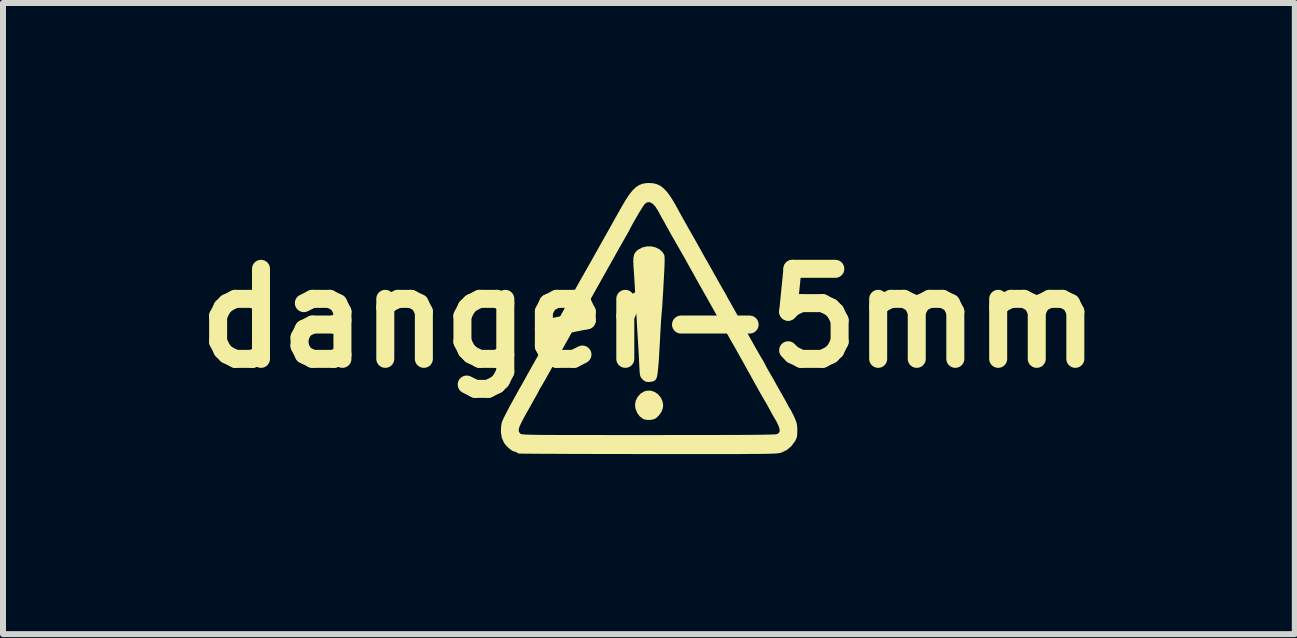
<source format=kicad_pcb>
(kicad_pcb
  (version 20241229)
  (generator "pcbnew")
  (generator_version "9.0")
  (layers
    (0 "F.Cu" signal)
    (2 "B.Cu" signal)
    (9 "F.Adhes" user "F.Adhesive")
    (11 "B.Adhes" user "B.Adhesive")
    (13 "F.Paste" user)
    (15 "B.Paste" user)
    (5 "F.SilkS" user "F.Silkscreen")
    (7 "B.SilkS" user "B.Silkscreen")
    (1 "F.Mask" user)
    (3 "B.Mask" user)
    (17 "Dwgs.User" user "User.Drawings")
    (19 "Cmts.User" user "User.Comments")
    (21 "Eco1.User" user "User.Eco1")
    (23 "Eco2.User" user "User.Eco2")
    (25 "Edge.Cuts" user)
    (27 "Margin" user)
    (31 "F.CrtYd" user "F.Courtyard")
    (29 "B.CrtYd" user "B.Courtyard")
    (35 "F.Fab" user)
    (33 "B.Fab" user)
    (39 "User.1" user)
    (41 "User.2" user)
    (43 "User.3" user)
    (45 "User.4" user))
  (footprint "danger-5mm"
    (layer "F.Cu")
    (at 7.764 2.252)
    (property "Reference" "danger-5mm" (at 0 0 0) (layer "F.SilkS") (effects (font (size 1.5 1.5) (thickness 0.3))))
    (attr board_only exclude_from_pos_files exclude_from_bom)
    (fp_poly (pts (xy 0.096 1.23) (xy 0.153 1.269) (xy 0.198 1.323) (xy 0.228 1.387) (xy 0.238 1.456) (xy 0.231 1.506) (xy 0.207 1.566) (xy 0.167 1.622) (xy 0.119 1.666) (xy 0.094 1.681) (xy 0.04 1.695) (xy -0.022 1.697) (xy -0.078 1.687) (xy -0.092 1.681) (xy -0.151 1.639) (xy -0.196 1.578) (xy -0.224 1.505) (xy -0.231 1.447) (xy -0.219 1.375) (xy -0.186 1.31) (xy -0.136 1.256) (xy -0.074 1.22) (xy -0.037 1.209) (xy 0.032 1.208)) (stroke (width 0) (type solid)) (fill yes) (layer "F.SilkS"))
    (fp_poly (pts (xy 0.115 -1.178) (xy 0.18 -1.145) (xy 0.231 -1.096) (xy 0.251 -1.063) (xy 0.257 -1.049) (xy 0.26 -1.032) (xy 0.262 -1.007) (xy 0.263 -0.971) (xy 0.262 -0.923) (xy 0.26 -0.858) (xy 0.256 -0.774) (xy 0.25 -0.668) (xy 0.244 -0.556) (xy 0.238 -0.445) (xy 0.231 -0.342) (xy 0.226 -0.25) (xy 0.221 -0.174) (xy 0.216 -0.116) (xy 0.213 -0.08) (xy 0.212 -0.069) (xy 0.21 -0.05) (xy 0.207 -0.008) (xy 0.202 0.055) (xy 0.198 0.134) (xy 0.192 0.225) (xy 0.187 0.324) (xy 0.187 0.325) (xy 0.182 0.427) (xy 0.176 0.524) (xy 0.171 0.61) (xy 0.167 0.681) (xy 0.163 0.733) (xy 0.161 0.761) (xy 0.156 0.812) (xy 0.15 0.873) (xy 0.147 0.906) (xy 0.136 0.974) (xy 0.119 1.018) (xy 0.092 1.045) (xy 0.064 1.055) (xy 0.000368 1.065) (xy -0.047 1.06) (xy -0.084 1.041) (xy -0.109 1.017) (xy -0.126 0.997) (xy -0.138 0.979) (xy -0.146 0.957) (xy -0.151 0.926) (xy -0.155 0.88) (xy -0.159 0.814) (xy -0.16 0.778) (xy -0.164 0.703) (xy -0.169 0.608) (xy -0.175 0.502) (xy -0.181 0.393) (xy -0.187 0.29) (xy -0.194 0.185) (xy -0.201 0.062) (xy -0.208 -0.07) (xy -0.216 -0.203) (xy -0.223 -0.326) (xy -0.225 -0.359) (xy -0.231 -0.465) (xy -0.237 -0.571) (xy -0.243 -0.67) (xy -0.249 -0.757) (xy -0.254 -0.827) (xy -0.256 -0.857) (xy -0.26 -0.945) (xy -0.257 -1.011) (xy -0.245 -1.062) (xy -0.223 -1.101) (xy -0.189 -1.133) (xy -0.182 -1.139) (xy -0.112 -1.177) (xy -0.036 -1.195) (xy 0.041 -1.196)) (stroke (width 0) (type solid)) (fill yes) (layer "F.SilkS"))
    (fp_poly (pts (xy 0.071 -2.248) (xy 0.135 -2.232) (xy 0.194 -2.203) (xy 0.25 -2.159) (xy 0.307 -2.098) (xy 0.365 -2.018) (xy 0.428 -1.915) (xy 0.493 -1.797) (xy 0.517 -1.753) (xy 0.55 -1.693) (xy 0.59 -1.622) (xy 0.632 -1.547) (xy 0.655 -1.506) (xy 0.701 -1.425) (xy 0.75 -1.339) (xy 0.797 -1.256) (xy 0.837 -1.184) (xy 0.85 -1.161) (xy 0.886 -1.096) (xy 0.921 -1.033) (xy 0.952 -0.979) (xy 0.971 -0.947) (xy 0.993 -0.908) (xy 1.024 -0.852) (xy 1.061 -0.788) (xy 1.097 -0.721) (xy 1.099 -0.719) (xy 1.138 -0.649) (xy 1.178 -0.578) (xy 1.215 -0.514) (xy 1.242 -0.467) (xy 1.268 -0.423) (xy 1.288 -0.388) (xy 1.298 -0.37) (xy 1.298 -0.368) (xy 1.305 -0.354) (xy 1.321 -0.323) (xy 1.345 -0.282) (xy 1.349 -0.274) (xy 1.378 -0.224) (xy 1.414 -0.16) (xy 1.452 -0.092) (xy 1.474 -0.051) (xy 1.508 0.01) (xy 1.541 0.068) (xy 1.568 0.116) (xy 1.581 0.14) (xy 1.607 0.186) (xy 1.633 0.233) (xy 1.639 0.244) (xy 1.674 0.308) (xy 1.713 0.378) (xy 1.753 0.449) (xy 1.792 0.518) (xy 1.827 0.58) (xy 1.856 0.63) (xy 1.876 0.664) (xy 1.884 0.677) (xy 1.899 0.701) (xy 1.92 0.739) (xy 1.935 0.767) (xy 1.96 0.816) (xy 1.987 0.864) (xy 1.998 0.884) (xy 2.034 0.946) (xy 2.059 0.989) (xy 2.077 1.019) (xy 2.088 1.041) (xy 2.09 1.043) (xy 2.101 1.064) (xy 2.123 1.104) (xy 2.154 1.158) (xy 2.189 1.221) (xy 2.209 1.255) (xy 2.245 1.319) (xy 2.275 1.373) (xy 2.298 1.415) (xy 2.312 1.44) (xy 2.314 1.445) (xy 2.32 1.458) (xy 2.337 1.487) (xy 2.352 1.51) (xy 2.377 1.554) (xy 2.406 1.611) (xy 2.431 1.666) (xy 2.454 1.722) (xy 2.467 1.768) (xy 2.472 1.818) (xy 2.474 1.873) (xy 2.472 1.932) (xy 2.468 1.975) (xy 2.457 2.01) (xy 2.438 2.047) (xy 2.437 2.049) (xy 2.377 2.131) (xy 2.3 2.197) (xy 2.21 2.24) (xy 2.199 2.243) (xy 2.188 2.247) (xy 2.173 2.249) (xy 2.156 2.252) (xy 2.133 2.254) (xy 2.105 2.256) (xy 2.069 2.258) (xy 2.025 2.259) (xy 1.972 2.261) (xy 1.908 2.262) (xy 1.832 2.263) (xy 1.743 2.263) (xy 1.64 2.264) (xy 1.521 2.265) (xy 1.386 2.265) (xy 1.232 2.265) (xy 1.06 2.265) (xy 0.868 2.265) (xy 0.654 2.265) (xy 0.417 2.265) (xy 0.157 2.265) (xy -0.004 2.265) (xy -0.237 2.265) (xy -0.463 2.264) (xy -0.681 2.264) (xy -0.889 2.264) (xy -1.086 2.263) (xy -1.272 2.263) (xy -1.443 2.262) (xy -1.6 2.261) (xy -1.741 2.261) (xy -1.864 2.26) (xy -1.967 2.259) (xy -2.051 2.259) (xy -2.113 2.258) (xy -2.152 2.257) (xy -2.166 2.257) (xy -2.193 2.245) (xy -2.204 2.237) (xy -2.227 2.226) (xy -2.237 2.225) (xy -2.269 2.215) (xy -2.309 2.188) (xy -2.353 2.15) (xy -2.393 2.107) (xy -2.417 2.072) (xy -2.452 1.99) (xy -2.467 1.896) (xy -2.466 1.873) (xy -2.17 1.873) (xy -2.165 1.895) (xy -2.153 1.913) (xy -2.147 1.921) (xy -2.143 1.924) (xy -2.138 1.928) (xy -2.131 1.931) (xy -2.121 1.933) (xy -2.106 1.936) (xy -2.085 1.938) (xy -2.058 1.94) (xy -2.022 1.941) (xy -1.977 1.943) (xy -1.922 1.944) (xy -1.855 1.945) (xy -1.775 1.946) (xy -1.681 1.947) (xy -1.572 1.947) (xy -1.447 1.948) (xy -1.304 1.948) (xy -1.143 1.948) (xy -0.962 1.948) (xy -0.76 1.948) (xy -0.535 1.949) (xy -0.288 1.949) (xy -0.016 1.949) (xy -0.007 1.949) (xy 0.284 1.948) (xy 0.55 1.948) (xy 0.792 1.948) (xy 1.011 1.948) (xy 1.208 1.947) (xy 1.383 1.947) (xy 1.538 1.946) (xy 1.673 1.945) (xy 1.789 1.944) (xy 1.886 1.943) (xy 1.967 1.941) (xy 2.031 1.94) (xy 2.08 1.938) (xy 2.114 1.936) (xy 2.134 1.934) (xy 2.14 1.932) (xy 2.167 1.911) (xy 2.18 1.887) (xy 2.178 1.85) (xy 2.162 1.798) (xy 2.134 1.737) (xy 2.108 1.691) (xy 2.083 1.649) (xy 2.052 1.595) (xy 2.026 1.546) (xy 1.996 1.491) (xy 1.974 1.45) (xy 1.953 1.413) (xy 1.927 1.37) (xy 1.9 1.324) (xy 1.867 1.267) (xy 1.831 1.203) (xy 1.806 1.158) (xy 1.776 1.104) (xy 1.74 1.038) (xy 1.704 0.974) (xy 1.697 0.96) (xy 1.66 0.896) (xy 1.621 0.826) (xy 1.587 0.763) (xy 1.581 0.753) (xy 1.556 0.707) (xy 1.52 0.644) (xy 1.48 0.571) (xy 1.437 0.495) (xy 1.417 0.46) (xy 1.379 0.394) (xy 1.332 0.311) (xy 1.278 0.214) (xy 1.219 0.111) (xy 1.16 0.005) (xy 1.105 -0.092) (xy 1.054 -0.183) (xy 1.005 -0.27) (xy 0.962 -0.347) (xy 0.925 -0.412) (xy 0.897 -0.462) (xy 0.88 -0.492) (xy 0.878 -0.496) (xy 0.837 -0.568) (xy 0.788 -0.655) (xy 0.737 -0.748) (xy 0.703 -0.809) (xy 0.673 -0.862) (xy 0.636 -0.929) (xy 0.594 -1.004) (xy 0.55 -1.081) (xy 0.507 -1.156) (xy 0.469 -1.223) (xy 0.438 -1.277) (xy 0.418 -1.313) (xy 0.417 -1.313) (xy 0.401 -1.342) (xy 0.373 -1.39) (xy 0.339 -1.452) (xy 0.3 -1.521) (xy 0.261 -1.593) (xy 0.222 -1.662) (xy 0.188 -1.723) (xy 0.162 -1.772) (xy 0.156 -1.783) (xy 0.109 -1.858) (xy 0.062 -1.908) (xy 0.016 -1.932) (xy -0.028 -1.931) (xy -0.069 -1.902) (xy -0.073 -1.897) (xy -0.091 -1.872) (xy -0.119 -1.828) (xy -0.154 -1.772) (xy -0.192 -1.708) (xy -0.23 -1.642) (xy -0.265 -1.58) (xy -0.295 -1.526) (xy -0.315 -1.487) (xy -0.316 -1.486) (xy -0.335 -1.448) (xy -0.36 -1.403) (xy -0.37 -1.385) (xy -0.385 -1.36) (xy -0.41 -1.315) (xy -0.445 -1.254) (xy -0.486 -1.182) (xy -0.531 -1.102) (xy -0.578 -1.017) (xy -0.626 -0.933) (xy -0.671 -0.853) (xy -0.711 -0.781) (xy -0.745 -0.72) (xy -0.765 -0.685) (xy -0.779 -0.659) (xy -0.804 -0.616) (xy -0.836 -0.558) (xy -0.874 -0.491) (xy -0.914 -0.419) (xy -0.955 -0.346) (xy -0.994 -0.277) (xy -1.029 -0.216) (xy -1.057 -0.167) (xy -1.075 -0.134) (xy -1.081 -0.124) (xy -1.092 -0.104) (xy -1.114 -0.066) (xy -1.141 -0.017) (xy -1.162 0.021) (xy -1.183 0.057) (xy -1.214 0.114) (xy -1.255 0.186) (xy -1.302 0.269) (xy -1.353 0.361) (xy -1.407 0.456) (xy -1.46 0.551) (xy -1.512 0.643) (xy -1.559 0.726) (xy -1.599 0.797) (xy -1.63 0.852) (xy -1.633 0.857) (xy -1.644 0.877) (xy -1.665 0.914) (xy -1.693 0.964) (xy -1.718 1.009) (xy -1.748 1.062) (xy -1.774 1.107) (xy -1.792 1.137) (xy -1.799 1.147) (xy -1.809 1.163) (xy -1.825 1.194) (xy -1.833 1.209) (xy -1.848 1.238) (xy -1.873 1.285) (xy -1.908 1.347) (xy -1.948 1.419) (xy -1.991 1.497) (xy -2.001 1.513) (xy -2.058 1.614) (xy -2.102 1.695) (xy -2.134 1.759) (xy -2.156 1.808) (xy -2.167 1.845) (xy -2.17 1.873) (xy -2.466 1.873) (xy -2.462 1.796) (xy -2.451 1.739) (xy -2.438 1.705) (xy -2.412 1.649) (xy -2.374 1.574) (xy -2.326 1.482) (xy -2.268 1.376) (xy -2.206 1.264) (xy -2.147 1.158) (xy -2.086 1.051) (xy -2.028 0.946) (xy -1.974 0.85) (xy -1.926 0.765) (xy -1.889 0.698) (xy -1.877 0.677) (xy -1.844 0.619) (xy -1.8 0.541) (xy -1.749 0.449) (xy -1.691 0.347) (xy -1.631 0.24) (xy -1.57 0.132) (xy -1.542 0.083) (xy -1.485 -0.018) (xy -1.431 -0.115) (xy -1.38 -0.206) (xy -1.335 -0.286) (xy -1.298 -0.353) (xy -1.271 -0.401) (xy -1.26 -0.421) (xy -1.235 -0.467) (xy -1.2 -0.53) (xy -1.159 -0.603) (xy -1.116 -0.679) (xy -1.093 -0.719) (xy -1.061 -0.776) (xy -1.024 -0.841) (xy -0.982 -0.915) (xy -0.933 -1.002) (xy -0.877 -1.102) (xy -0.813 -1.216) (xy -0.739 -1.348) (xy -0.654 -1.498) (xy -0.559 -1.669) (xy -0.461 -1.843) (xy -0.392 -1.961) (xy -0.33 -2.055) (xy -0.273 -2.128) (xy -0.217 -2.182) (xy -0.16 -2.219) (xy -0.101 -2.241) (xy -0.035 -2.251) (xy 0.000185 -2.252)) (stroke (width 0) (type solid)) (fill yes) (layer "F.SilkS")))
  (gr_rect
    (start -3 -3)
    (end 18.529 7.518)
    (stroke (width 0.1) (type default))
    (fill no)
    (layer "Edge.Cuts")))
</source>
